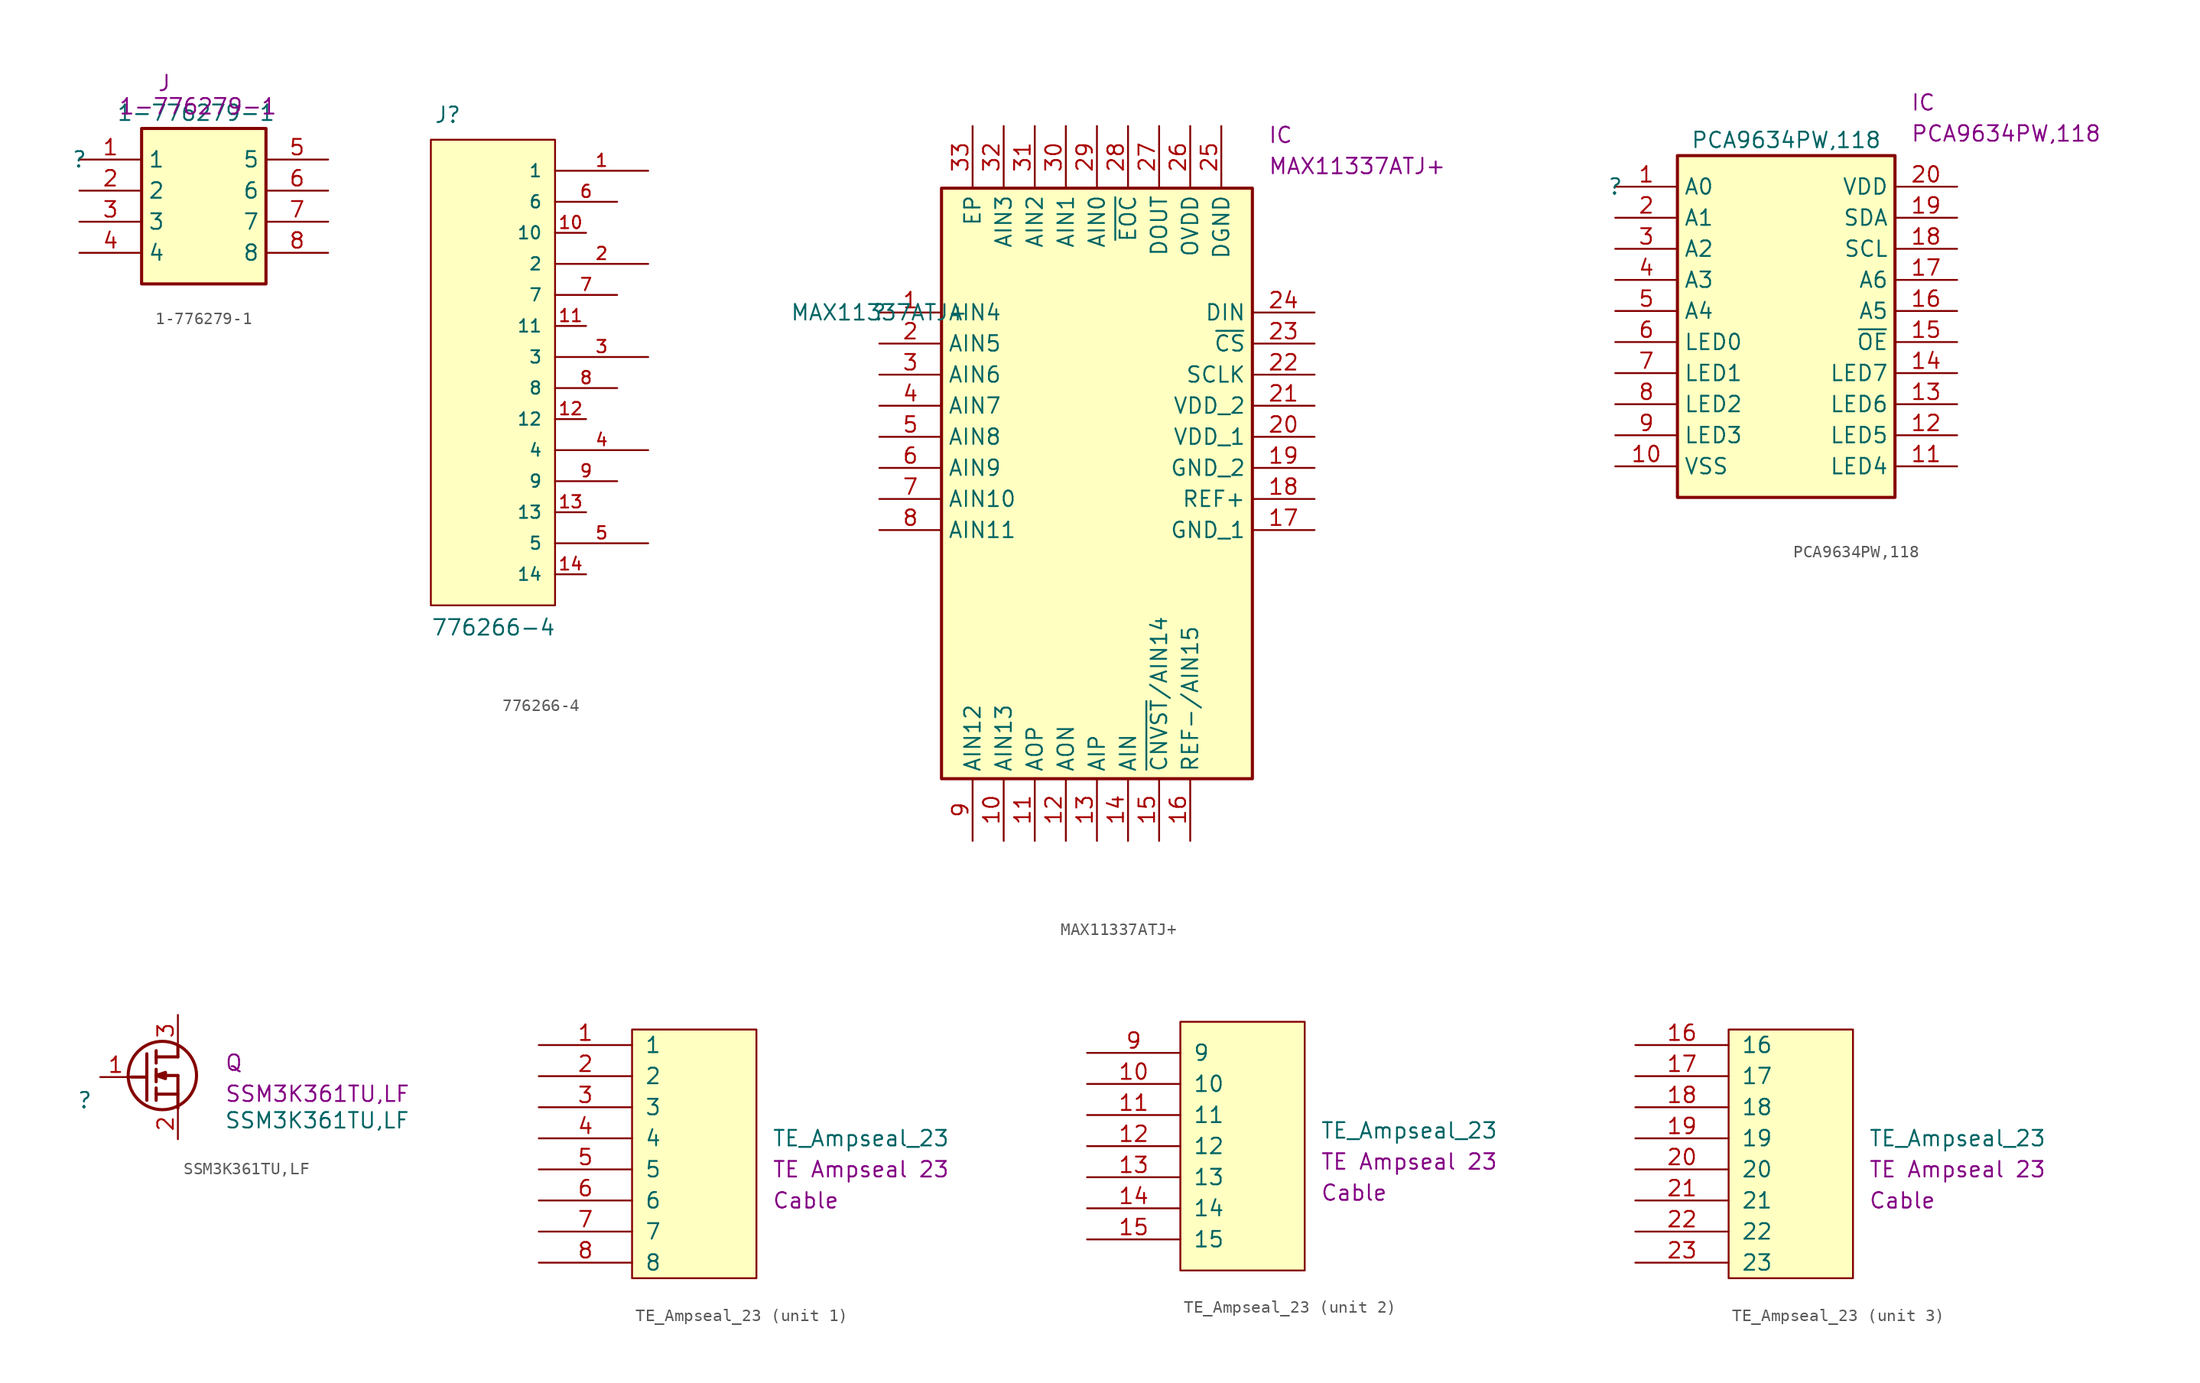
<source format=kicad_sym>
(kicad_symbol_lib
  (version 20211014)
  (generator kicad_symbol_editor)
  (symbol "1-776279-1"
    (property "Reference" ""
      (at 0 0 0)
      (effects (font (size 1.27 1.27))))
    (property "Value" "1-776279-1"
      (at 9.525 3.81 0)
      (effects (font (size 1.27 1.27))))
    (property "Reference_1" "J"
      (at 6.35 6.985 0)
      (effects (font (size 1.27 1.27)) (justify left top)))
    (property "Value_1" "1-776279-1"
      (at 3.175 5.08 0)
      (effects (font (size 1.27 1.27)) (justify left top)))
    (symbol "1-776279-1_1_1"
      (rectangle (start 5.08 2.54) (end 15.24 -10.16) (stroke (width 0.254) (type default) (color 0 0 0 0)) (fill (type background)))
      (pin passive line (at 0 0 0) (length 5.08) (name "1" (effects (font (size 1.27 1.27)))) (number "1" (effects (font (size 1.27 1.27)))))
      (pin passive line (at 0 -2.54 0) (length 5.08) (name "2" (effects (font (size 1.27 1.27)))) (number "2" (effects (font (size 1.27 1.27)))))
      (pin passive line (at 0 -5.08 0) (length 5.08) (name "3" (effects (font (size 1.27 1.27)))) (number "3" (effects (font (size 1.27 1.27)))))
      (pin passive line (at 0 -7.62 0) (length 5.08) (name "4" (effects (font (size 1.27 1.27)))) (number "4" (effects (font (size 1.27 1.27)))))
      (pin passive line (at 20.32 0 180) (length 5.08) (name "5" (effects (font (size 1.27 1.27)))) (number "5" (effects (font (size 1.27 1.27)))))
      (pin passive line (at 20.32 -2.54 180) (length 5.08) (name "6" (effects (font (size 1.27 1.27)))) (number "6" (effects (font (size 1.27 1.27)))))
      (pin passive line (at 20.32 -5.08 180) (length 5.08) (name "7" (effects (font (size 1.27 1.27)))) (number "7" (effects (font (size 1.27 1.27)))))
      (pin passive line (at 20.32 -7.62 180) (length 5.08) (name "8" (effects (font (size 1.27 1.27)))) (number "8" (effects (font (size 1.27 1.27)))))))
  (symbol "776266-4"
    (pin_names
      (offset 1.016))
    (property "Reference" "J"
      (at -4.83 19.067 0)
      (effects (font (size 1.27 1.27)) (justify left bottom)))
    (property "Value" "776266-4"
      (at -5.084 -22.879 0)
      (effects (font (size 1.27 1.27)) (justify left bottom)))
    (symbol "776266-4_0_0"
      (rectangle (start -5.08 -20.32) (end 5.08 17.78) (stroke (width 0.152) (type default) (color 0 0 0 0)) (fill (type background)))
      (pin passive line (at 12.7 15.24 180) (length 7.62) (name "1" (effects (font (size 1.016 1.016)))) (number "1" (effects (font (size 1.016 1.016)))))
      (pin passive line (at 7.62 10.16 180) (length 2.54) (name "10" (effects (font (size 1.016 1.016)))) (number "10" (effects (font (size 1.016 1.016)))))
      (pin passive line (at 7.62 2.54 180) (length 2.54) (name "11" (effects (font (size 1.016 1.016)))) (number "11" (effects (font (size 1.016 1.016)))))
      (pin passive line (at 7.62 -5.08 180) (length 2.54) (name "12" (effects (font (size 1.016 1.016)))) (number "12" (effects (font (size 1.016 1.016)))))
      (pin passive line (at 7.62 -12.7 180) (length 2.54) (name "13" (effects (font (size 1.016 1.016)))) (number "13" (effects (font (size 1.016 1.016)))))
      (pin passive line (at 7.62 -17.78 180) (length 2.54) (name "14" (effects (font (size 1.016 1.016)))) (number "14" (effects (font (size 1.016 1.016)))))
      (pin passive line (at 12.7 7.62 180) (length 7.62) (name "2" (effects (font (size 1.016 1.016)))) (number "2" (effects (font (size 1.016 1.016)))))
      (pin passive line (at 12.7 0 180) (length 7.62) (name "3" (effects (font (size 1.016 1.016)))) (number "3" (effects (font (size 1.016 1.016)))))
      (pin passive line (at 12.7 -7.62 180) (length 7.62) (name "4" (effects (font (size 1.016 1.016)))) (number "4" (effects (font (size 1.016 1.016)))))
      (pin passive line (at 12.7 -15.24 180) (length 7.62) (name "5" (effects (font (size 1.016 1.016)))) (number "5" (effects (font (size 1.016 1.016)))))
      (pin passive line (at 10.16 12.7 180) (length 5.08) (name "6" (effects (font (size 1.016 1.016)))) (number "6" (effects (font (size 1.016 1.016)))))
      (pin passive line (at 10.16 5.08 180) (length 5.08) (name "7" (effects (font (size 1.016 1.016)))) (number "7" (effects (font (size 1.016 1.016)))))
      (pin passive line (at 10.16 -2.54 180) (length 5.08) (name "8" (effects (font (size 1.016 1.016)))) (number "8" (effects (font (size 1.016 1.016)))))
      (pin passive line (at 10.16 -10.16 180) (length 5.08) (name "9" (effects (font (size 1.016 1.016)))) (number "9" (effects (font (size 1.016 1.016)))))))
  (symbol "MAX11337ATJ+"
    (property "Reference" ""
      (at 0 0 0)
      (effects (font (size 1.27 1.27))))
    (property "Value" "MAX11337ATJ+"
      (at 0 0 0)
      (effects (font (size 1.27 1.27))))
    (property "Reference_1" "IC"
      (at 31.75 15.24 0)
      (effects (font (size 1.27 1.27)) (justify left top)))
    (property "Value_1" "MAX11337ATJ+"
      (at 31.75 12.7 0)
      (effects (font (size 1.27 1.27)) (justify left top)))
    (symbol "MAX11337ATJ+_1_1"
      (rectangle (start 5.08 10.16) (end 30.48 -38.1) (stroke (width 0.254) (type default) (color 0 0 0 0)) (fill (type background)))
      (pin passive line (at 0 0 0) (length 5.08) (name "AIN4" (effects (font (size 1.27 1.27)))) (number "1" (effects (font (size 1.27 1.27)))))
      (pin passive line (at 10.16 -43.18 90) (length 5.08) (name "AIN13" (effects (font (size 1.27 1.27)))) (number "10" (effects (font (size 1.27 1.27)))))
      (pin passive line (at 12.7 -43.18 90) (length 5.08) (name "AOP" (effects (font (size 1.27 1.27)))) (number "11" (effects (font (size 1.27 1.27)))))
      (pin passive line (at 15.24 -43.18 90) (length 5.08) (name "AON" (effects (font (size 1.27 1.27)))) (number "12" (effects (font (size 1.27 1.27)))))
      (pin passive line (at 17.78 -43.18 90) (length 5.08) (name "AIP" (effects (font (size 1.27 1.27)))) (number "13" (effects (font (size 1.27 1.27)))))
      (pin passive line (at 20.32 -43.18 90) (length 5.08) (name "AIN" (effects (font (size 1.27 1.27)))) (number "14" (effects (font (size 1.27 1.27)))))
      (pin passive line (at 22.86 -43.18 90) (length 5.08) (name "~{CNVST}/AIN14" (effects (font (size 1.27 1.27)))) (number "15" (effects (font (size 1.27 1.27)))))
      (pin passive line (at 25.4 -43.18 90) (length 5.08) (name "REF-/AIN15" (effects (font (size 1.27 1.27)))) (number "16" (effects (font (size 1.27 1.27)))))
      (pin passive line (at 35.56 -17.78 180) (length 5.08) (name "GND_1" (effects (font (size 1.27 1.27)))) (number "17" (effects (font (size 1.27 1.27)))))
      (pin passive line (at 35.56 -15.24 180) (length 5.08) (name "REF+" (effects (font (size 1.27 1.27)))) (number "18" (effects (font (size 1.27 1.27)))))
      (pin passive line (at 35.56 -12.7 180) (length 5.08) (name "GND_2" (effects (font (size 1.27 1.27)))) (number "19" (effects (font (size 1.27 1.27)))))
      (pin passive line (at 0 -2.54 0) (length 5.08) (name "AIN5" (effects (font (size 1.27 1.27)))) (number "2" (effects (font (size 1.27 1.27)))))
      (pin passive line (at 35.56 -10.16 180) (length 5.08) (name "VDD_1" (effects (font (size 1.27 1.27)))) (number "20" (effects (font (size 1.27 1.27)))))
      (pin passive line (at 35.56 -7.62 180) (length 5.08) (name "VDD_2" (effects (font (size 1.27 1.27)))) (number "21" (effects (font (size 1.27 1.27)))))
      (pin passive line (at 35.56 -5.08 180) (length 5.08) (name "SCLK" (effects (font (size 1.27 1.27)))) (number "22" (effects (font (size 1.27 1.27)))))
      (pin passive line (at 35.56 -2.54 180) (length 5.08) (name "~{CS}" (effects (font (size 1.27 1.27)))) (number "23" (effects (font (size 1.27 1.27)))))
      (pin passive line (at 35.56 0 180) (length 5.08) (name "DIN" (effects (font (size 1.27 1.27)))) (number "24" (effects (font (size 1.27 1.27)))))
      (pin passive line (at 27.94 15.24 270) (length 5.08) (name "DGND" (effects (font (size 1.27 1.27)))) (number "25" (effects (font (size 1.27 1.27)))))
      (pin passive line (at 25.4 15.24 270) (length 5.08) (name "OVDD" (effects (font (size 1.27 1.27)))) (number "26" (effects (font (size 1.27 1.27)))))
      (pin passive line (at 22.86 15.24 270) (length 5.08) (name "DOUT" (effects (font (size 1.27 1.27)))) (number "27" (effects (font (size 1.27 1.27)))))
      (pin passive line (at 20.32 15.24 270) (length 5.08) (name "~{EOC}" (effects (font (size 1.27 1.27)))) (number "28" (effects (font (size 1.27 1.27)))))
      (pin passive line (at 17.78 15.24 270) (length 5.08) (name "AIN0" (effects (font (size 1.27 1.27)))) (number "29" (effects (font (size 1.27 1.27)))))
      (pin passive line (at 0 -5.08 0) (length 5.08) (name "AIN6" (effects (font (size 1.27 1.27)))) (number "3" (effects (font (size 1.27 1.27)))))
      (pin passive line (at 15.24 15.24 270) (length 5.08) (name "AIN1" (effects (font (size 1.27 1.27)))) (number "30" (effects (font (size 1.27 1.27)))))
      (pin passive line (at 12.7 15.24 270) (length 5.08) (name "AIN2" (effects (font (size 1.27 1.27)))) (number "31" (effects (font (size 1.27 1.27)))))
      (pin passive line (at 10.16 15.24 270) (length 5.08) (name "AIN3" (effects (font (size 1.27 1.27)))) (number "32" (effects (font (size 1.27 1.27)))))
      (pin passive line (at 7.62 15.24 270) (length 5.08) (name "EP" (effects (font (size 1.27 1.27)))) (number "33" (effects (font (size 1.27 1.27)))))
      (pin passive line (at 0 -7.62 0) (length 5.08) (name "AIN7" (effects (font (size 1.27 1.27)))) (number "4" (effects (font (size 1.27 1.27)))))
      (pin passive line (at 0 -10.16 0) (length 5.08) (name "AIN8" (effects (font (size 1.27 1.27)))) (number "5" (effects (font (size 1.27 1.27)))))
      (pin passive line (at 0 -12.7 0) (length 5.08) (name "AIN9" (effects (font (size 1.27 1.27)))) (number "6" (effects (font (size 1.27 1.27)))))
      (pin passive line (at 0 -15.24 0) (length 5.08) (name "AIN10" (effects (font (size 1.27 1.27)))) (number "7" (effects (font (size 1.27 1.27)))))
      (pin passive line (at 0 -17.78 0) (length 5.08) (name "AIN11" (effects (font (size 1.27 1.27)))) (number "8" (effects (font (size 1.27 1.27)))))
      (pin passive line (at 7.62 -43.18 90) (length 5.08) (name "AIN12" (effects (font (size 1.27 1.27)))) (number "9" (effects (font (size 1.27 1.27)))))))
  (symbol "PCA9634PW,118"
    (property "Reference" ""
      (at 0 0 0)
      (effects (font (size 1.27 1.27))))
    (property "Value" "PCA9634PW,118"
      (at 13.97 3.81 0)
      (effects (font (size 1.27 1.27))))
    (property "Reference_1" "IC"
      (at 24.13 7.62 0)
      (effects (font (size 1.27 1.27)) (justify left top)))
    (property "Value_1" "PCA9634PW,118"
      (at 24.13 5.08 0)
      (effects (font (size 1.27 1.27)) (justify left top)))
    (symbol "PCA9634PW,118_1_1"
      (rectangle (start 5.08 2.54) (end 22.86 -25.4) (stroke (width 0.254) (type default) (color 0 0 0 0)) (fill (type background)))
      (pin passive line (at 0 0 0) (length 5.08) (name "A0" (effects (font (size 1.27 1.27)))) (number "1" (effects (font (size 1.27 1.27)))))
      (pin passive line (at 0 -22.86 0) (length 5.08) (name "VSS" (effects (font (size 1.27 1.27)))) (number "10" (effects (font (size 1.27 1.27)))))
      (pin passive line (at 27.94 -22.86 180) (length 5.08) (name "LED4" (effects (font (size 1.27 1.27)))) (number "11" (effects (font (size 1.27 1.27)))))
      (pin passive line (at 27.94 -20.32 180) (length 5.08) (name "LED5" (effects (font (size 1.27 1.27)))) (number "12" (effects (font (size 1.27 1.27)))))
      (pin passive line (at 27.94 -17.78 180) (length 5.08) (name "LED6" (effects (font (size 1.27 1.27)))) (number "13" (effects (font (size 1.27 1.27)))))
      (pin passive line (at 27.94 -15.24 180) (length 5.08) (name "LED7" (effects (font (size 1.27 1.27)))) (number "14" (effects (font (size 1.27 1.27)))))
      (pin passive line (at 27.94 -12.7 180) (length 5.08) (name "~{OE}" (effects (font (size 1.27 1.27)))) (number "15" (effects (font (size 1.27 1.27)))))
      (pin passive line (at 27.94 -10.16 180) (length 5.08) (name "A5" (effects (font (size 1.27 1.27)))) (number "16" (effects (font (size 1.27 1.27)))))
      (pin passive line (at 27.94 -7.62 180) (length 5.08) (name "A6" (effects (font (size 1.27 1.27)))) (number "17" (effects (font (size 1.27 1.27)))))
      (pin passive line (at 27.94 -5.08 180) (length 5.08) (name "SCL" (effects (font (size 1.27 1.27)))) (number "18" (effects (font (size 1.27 1.27)))))
      (pin passive line (at 27.94 -2.54 180) (length 5.08) (name "SDA" (effects (font (size 1.27 1.27)))) (number "19" (effects (font (size 1.27 1.27)))))
      (pin passive line (at 0 -2.54 0) (length 5.08) (name "A1" (effects (font (size 1.27 1.27)))) (number "2" (effects (font (size 1.27 1.27)))))
      (pin passive line (at 27.94 0 180) (length 5.08) (name "VDD" (effects (font (size 1.27 1.27)))) (number "20" (effects (font (size 1.27 1.27)))))
      (pin passive line (at 0 -5.08 0) (length 5.08) (name "A2" (effects (font (size 1.27 1.27)))) (number "3" (effects (font (size 1.27 1.27)))))
      (pin passive line (at 0 -7.62 0) (length 5.08) (name "A3" (effects (font (size 1.27 1.27)))) (number "4" (effects (font (size 1.27 1.27)))))
      (pin passive line (at 0 -10.16 0) (length 5.08) (name "A4" (effects (font (size 1.27 1.27)))) (number "5" (effects (font (size 1.27 1.27)))))
      (pin passive line (at 0 -12.7 0) (length 5.08) (name "LED0" (effects (font (size 1.27 1.27)))) (number "6" (effects (font (size 1.27 1.27)))))
      (pin passive line (at 0 -15.24 0) (length 5.08) (name "LED1" (effects (font (size 1.27 1.27)))) (number "7" (effects (font (size 1.27 1.27)))))
      (pin passive line (at 0 -17.78 0) (length 5.08) (name "LED2" (effects (font (size 1.27 1.27)))) (number "8" (effects (font (size 1.27 1.27)))))
      (pin passive line (at 0 -20.32 0) (length 5.08) (name "LED3" (effects (font (size 1.27 1.27)))) (number "9" (effects (font (size 1.27 1.27)))))))
  (symbol "SSM3K361TU,LF"
    (pin_names hide)
    (property "Reference" ""
      (at 0 0 0)
      (effects (font (size 1.27 1.27))))
    (property "Value" "SSM3K361TU,LF"
      (at 19.003 -1.644 0)
      (effects (font (size 1.27 1.27))))
    (property "Reference_1" "Q"
      (at 11.43 3.81 0)
      (effects (font (size 1.27 1.27)) (justify left top)))
    (property "Value_1" "SSM3K361TU,LF"
      (at 11.43 1.27 0)
      (effects (font (size 1.27 1.27)) (justify left top)))
    (symbol "SSM3K361TU,LF_1_1"
      (polyline (pts (xy 3.81 1.905) (xy 5.08 1.905)) (stroke (width 0.254) (type default) (color 0 0 0 0)) (fill (type none)))
      (polyline (pts (xy 5.08 3.81) (xy 5.08 0)) (stroke (width 0.254) (type default) (color 0 0 0 0)) (fill (type none)))
      (polyline (pts (xy 5.842 0) (xy 5.842 1.016)) (stroke (width 0.254) (type default) (color 0 0 0 0)) (fill (type none)))
      (polyline (pts (xy 5.842 0.508) (xy 7.62 0.508)) (stroke (width 0.254) (type default) (color 0 0 0 0)) (fill (type none)))
      (polyline (pts (xy 5.842 1.524) (xy 5.842 2.54)) (stroke (width 0.254) (type default) (color 0 0 0 0)) (fill (type none)))
      (polyline (pts (xy 5.842 4.064) (xy 5.842 3.048)) (stroke (width 0.254) (type default) (color 0 0 0 0)) (fill (type none)))
      (polyline (pts (xy 7.62 2.032) (xy 5.842 2.032)) (stroke (width 0.254) (type default) (color 0 0 0 0)) (fill (type none)))
      (polyline (pts (xy 7.62 2.032) (xy 7.62 -0.635)) (stroke (width 0.254) (type default) (color 0 0 0 0)) (fill (type none)))
      (polyline (pts (xy 7.62 3.556) (xy 5.842 3.556)) (stroke (width 0.254) (type default) (color 0 0 0 0)) (fill (type none)))
      (polyline (pts (xy 7.62 3.556) (xy 7.62 4.445)) (stroke (width 0.254) (type default) (color 0 0 0 0)) (fill (type none)))
      (polyline (pts (xy 5.842 2.032) (xy 6.604 2.286) (xy 6.604 1.778) (xy 5.842 2.032)) (stroke (width 0.254) (type default) (color 0 0 0 0)) (fill (type outline)))
      (circle (center 6.35 2.032) (radius 2.794) (stroke (width 0.254) (type default) (color 0 0 0 0)) (fill (type none)))
      (pin passive line (at 1.27 1.905 0) (length 2.54) (name "G" (effects (font (size 1.27 1.27)))) (number "1" (effects (font (size 1.27 1.27)))))
      (pin passive line (at 7.62 -3.175 90) (length 2.54) (name "S" (effects (font (size 1.27 1.27)))) (number "2" (effects (font (size 1.27 1.27)))))
      (pin passive line (at 7.62 6.985 270) (length 2.54) (name "D" (effects (font (size 1.27 1.27)))) (number "3" (effects (font (size 1.27 1.27)))))))
  (symbol "TE_Ampseal_23"
    (pin_names
      (offset 1.016))
    (property "Reference" "U"
      (at 6.35 3.81 0)
      (effects (font (size 1.27 1.27)) (justify left) hide))
    (property "Value" "TE_Ampseal_23"
      (at 6.35 1.27 0)
      (effects (font (size 1.27 1.27)) (justify left)))
    (property "Connector" "TE Ampseal 23"
      (at 6.35 -1.27 0)
      (effects (font (size 1.27 1.27)) (justify left)))
    (property "Type" "Cable"
      (at 6.35 -3.81 0)
      (effects (font (size 1.27 1.27)) (justify left)))
    (property "ki_locked" ""
      (at 0 0 0)
      (effects (font (size 1.27 1.27))))
    (symbol "TE_Ampseal_23_1_1"
      (rectangle (start -5.08 10.16) (end 5.08 -10.16) (stroke (width 0) (type default) (color 0 0 0 0)) (fill (type background)))
      (pin passive line (at -12.7 8.89 0) (length 7.62) (name "1" (effects (font (size 1.27 1.27)))) (number "1" (effects (font (size 1.27 1.27)))))
      (pin passive line (at -12.7 6.35 0) (length 7.62) (name "2" (effects (font (size 1.27 1.27)))) (number "2" (effects (font (size 1.27 1.27)))))
      (pin passive line (at -12.7 3.81 0) (length 7.62) (name "3" (effects (font (size 1.27 1.27)))) (number "3" (effects (font (size 1.27 1.27)))))
      (pin passive line (at -12.7 1.27 0) (length 7.62) (name "4" (effects (font (size 1.27 1.27)))) (number "4" (effects (font (size 1.27 1.27)))))
      (pin passive line (at -12.7 -1.27 0) (length 7.62) (name "5" (effects (font (size 1.27 1.27)))) (number "5" (effects (font (size 1.27 1.27)))))
      (pin passive line (at -12.7 -3.81 0) (length 7.62) (name "6" (effects (font (size 1.27 1.27)))) (number "6" (effects (font (size 1.27 1.27)))))
      (pin passive line (at -12.7 -6.35 0) (length 7.62) (name "7" (effects (font (size 1.27 1.27)))) (number "7" (effects (font (size 1.27 1.27)))))
      (pin passive line (at -12.7 -8.89 0) (length 7.62) (name "8" (effects (font (size 1.27 1.27)))) (number "8" (effects (font (size 1.27 1.27))))))
    (symbol "TE_Ampseal_23_2_1"
      (rectangle (start -5.08 10.16) (end 5.08 -10.16) (stroke (width 0) (type default) (color 0 0 0 0)) (fill (type background)))
      (pin passive line (at -12.7 5.08 0) (length 7.62) (name "10" (effects (font (size 1.27 1.27)))) (number "10" (effects (font (size 1.27 1.27)))))
      (pin passive line (at -12.7 2.54 0) (length 7.62) (name "11" (effects (font (size 1.27 1.27)))) (number "11" (effects (font (size 1.27 1.27)))))
      (pin passive line (at -12.7 0 0) (length 7.62) (name "12" (effects (font (size 1.27 1.27)))) (number "12" (effects (font (size 1.27 1.27)))))
      (pin passive line (at -12.7 -2.54 0) (length 7.62) (name "13" (effects (font (size 1.27 1.27)))) (number "13" (effects (font (size 1.27 1.27)))))
      (pin passive line (at -12.7 -5.08 0) (length 7.62) (name "14" (effects (font (size 1.27 1.27)))) (number "14" (effects (font (size 1.27 1.27)))))
      (pin passive line (at -12.7 -7.62 0) (length 7.62) (name "15" (effects (font (size 1.27 1.27)))) (number "15" (effects (font (size 1.27 1.27)))))
      (pin passive line (at -12.7 7.62 0) (length 7.62) (name "9" (effects (font (size 1.27 1.27)))) (number "9" (effects (font (size 1.27 1.27))))))
    (symbol "TE_Ampseal_23_3_1"
      (rectangle (start -5.08 10.16) (end 5.08 -10.16) (stroke (width 0) (type default) (color 0 0 0 0)) (fill (type background)))
      (pin passive line (at -12.7 8.89 0) (length 7.62) (name "16" (effects (font (size 1.27 1.27)))) (number "16" (effects (font (size 1.27 1.27)))))
      (pin passive line (at -12.7 6.35 0) (length 7.62) (name "17" (effects (font (size 1.27 1.27)))) (number "17" (effects (font (size 1.27 1.27)))))
      (pin passive line (at -12.7 3.81 0) (length 7.62) (name "18" (effects (font (size 1.27 1.27)))) (number "18" (effects (font (size 1.27 1.27)))))
      (pin passive line (at -12.7 1.27 0) (length 7.62) (name "19" (effects (font (size 1.27 1.27)))) (number "19" (effects (font (size 1.27 1.27)))))
      (pin passive line (at -12.7 -1.27 0) (length 7.62) (name "20" (effects (font (size 1.27 1.27)))) (number "20" (effects (font (size 1.27 1.27)))))
      (pin passive line (at -12.7 -3.81 0) (length 7.62) (name "21" (effects (font (size 1.27 1.27)))) (number "21" (effects (font (size 1.27 1.27)))))
      (pin passive line (at -12.7 -6.35 0) (length 7.62) (name "22" (effects (font (size 1.27 1.27)))) (number "22" (effects (font (size 1.27 1.27)))))
      (pin passive line (at -12.7 -8.89 0) (length 7.62) (name "23" (effects (font (size 1.27 1.27)))) (number "23" (effects (font (size 1.27 1.27))))))))
</source>
